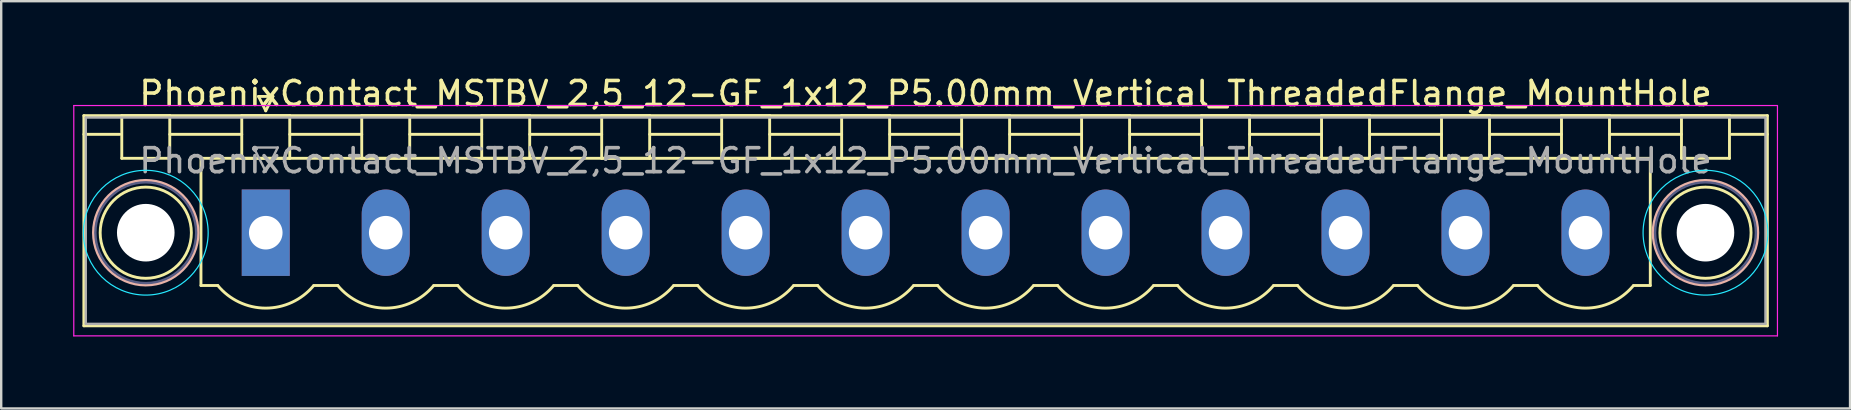
<source format=kicad_pcb>
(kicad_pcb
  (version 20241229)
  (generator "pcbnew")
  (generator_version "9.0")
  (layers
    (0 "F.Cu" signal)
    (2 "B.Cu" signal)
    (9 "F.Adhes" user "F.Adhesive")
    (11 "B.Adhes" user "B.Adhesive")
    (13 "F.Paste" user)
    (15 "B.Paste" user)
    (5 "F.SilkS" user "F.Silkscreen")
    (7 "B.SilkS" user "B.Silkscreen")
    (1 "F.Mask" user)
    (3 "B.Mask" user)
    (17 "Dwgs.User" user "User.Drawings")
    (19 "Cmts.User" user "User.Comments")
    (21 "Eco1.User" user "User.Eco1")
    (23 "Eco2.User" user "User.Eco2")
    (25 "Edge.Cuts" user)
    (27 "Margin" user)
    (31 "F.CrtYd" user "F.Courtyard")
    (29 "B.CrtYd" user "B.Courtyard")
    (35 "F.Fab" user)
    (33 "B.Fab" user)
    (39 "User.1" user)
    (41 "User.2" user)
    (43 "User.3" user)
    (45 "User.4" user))
  (footprint "PhoenixContact_MSTBV_2,5_12-GF_1x12_P5.00mm_Vertical_ThreadedFlange_MountHole"
    (layer "F.Cu")
    (at 8.025 6.648)
    (property "Reference" "PhoenixContact_MSTBV_2,5_12-GF_1x12_P5.00mm_Vertical_ThreadedFlange_MountHole" (at 27.5 -5.8 0) (layer "F.SilkS") (effects (font (size 1 1) (thickness 0.15))))
    (attr through_hole)
    (fp_line (start -7.58 -4.88) (end -7.58 3.88) (stroke (width 0.12) (type solid)) (layer "F.SilkS"))
    (fp_line (start -7.58 -4.1) (end -6.08 -4.1) (stroke (width 0.12) (type solid)) (layer "F.SilkS"))
    (fp_line (start -7.58 3.88) (end 62.58 3.88) (stroke (width 0.12) (type solid)) (layer "F.SilkS"))
    (fp_line (start -6 -4.88) (end -4 -4.88) (stroke (width 0.12) (type solid)) (layer "F.SilkS"))
    (fp_line (start -6 -3.1) (end -6 -4.88) (stroke (width 0.12) (type solid)) (layer "F.SilkS"))
    (fp_line (start -4 -4.88) (end -4 -3.1) (stroke (width 0.12) (type solid)) (layer "F.SilkS"))
    (fp_line (start -4 -4.1) (end -1 -4.1) (stroke (width 0.12) (type solid)) (layer "F.SilkS"))
    (fp_line (start -4 -3.1) (end -6 -3.1) (stroke (width 0.12) (type solid)) (layer "F.SilkS"))
    (fp_line (start -2.7 -3.1) (end 57.7 -3.1) (stroke (width 0.12) (type solid)) (layer "F.SilkS"))
    (fp_line (start -2.7 2.2) (end -2.7 -3.1) (stroke (width 0.12) (type solid)) (layer "F.SilkS"))
    (fp_line (start -2 2.2) (end -2.7 2.2) (stroke (width 0.12) (type solid)) (layer "F.SilkS"))
    (fp_line (start -1 -4.88) (end 1 -4.88) (stroke (width 0.12) (type solid)) (layer "F.SilkS"))
    (fp_line (start -1 -3.1) (end -1 -4.88) (stroke (width 0.12) (type solid)) (layer "F.SilkS"))
    (fp_line (start -0.3 -5.68) (end 0.3 -5.68) (stroke (width 0.12) (type solid)) (layer "F.SilkS"))
    (fp_line (start 0 -5.08) (end -0.3 -5.68) (stroke (width 0.12) (type solid)) (layer "F.SilkS"))
    (fp_line (start 0.3 -5.68) (end 0 -5.08) (stroke (width 0.12) (type solid)) (layer "F.SilkS"))
    (fp_line (start 1 -4.88) (end 1 -3.1) (stroke (width 0.12) (type solid)) (layer "F.SilkS"))
    (fp_line (start 1 -4.1) (end 4 -4.1) (stroke (width 0.12) (type solid)) (layer "F.SilkS"))
    (fp_line (start 1 -3.1) (end -1 -3.1) (stroke (width 0.12) (type solid)) (layer "F.SilkS"))
    (fp_line (start 2 2.2) (end 3 2.2) (stroke (width 0.12) (type solid)) (layer "F.SilkS"))
    (fp_line (start 4 -4.88) (end 6 -4.88) (stroke (width 0.12) (type solid)) (layer "F.SilkS"))
    (fp_line (start 4 -3.1) (end 4 -4.88) (stroke (width 0.12) (type solid)) (layer "F.SilkS"))
    (fp_line (start 6 -4.88) (end 6 -3.1) (stroke (width 0.12) (type solid)) (layer "F.SilkS"))
    (fp_line (start 6 -4.1) (end 9 -4.1) (stroke (width 0.12) (type solid)) (layer "F.SilkS"))
    (fp_line (start 6 -3.1) (end 4 -3.1) (stroke (width 0.12) (type solid)) (layer "F.SilkS"))
    (fp_line (start 7 2.2) (end 8 2.2) (stroke (width 0.12) (type solid)) (layer "F.SilkS"))
    (fp_line (start 9 -4.88) (end 11 -4.88) (stroke (width 0.12) (type solid)) (layer "F.SilkS"))
    (fp_line (start 9 -3.1) (end 9 -4.88) (stroke (width 0.12) (type solid)) (layer "F.SilkS"))
    (fp_line (start 11 -4.88) (end 11 -3.1) (stroke (width 0.12) (type solid)) (layer "F.SilkS"))
    (fp_line (start 11 -4.1) (end 14 -4.1) (stroke (width 0.12) (type solid)) (layer "F.SilkS"))
    (fp_line (start 11 -3.1) (end 9 -3.1) (stroke (width 0.12) (type solid)) (layer "F.SilkS"))
    (fp_line (start 12 2.2) (end 13 2.2) (stroke (width 0.12) (type solid)) (layer "F.SilkS"))
    (fp_line (start 14 -4.88) (end 16 -4.88) (stroke (width 0.12) (type solid)) (layer "F.SilkS"))
    (fp_line (start 14 -3.1) (end 14 -4.88) (stroke (width 0.12) (type solid)) (layer "F.SilkS"))
    (fp_line (start 16 -4.88) (end 16 -3.1) (stroke (width 0.12) (type solid)) (layer "F.SilkS"))
    (fp_line (start 16 -4.1) (end 19 -4.1) (stroke (width 0.12) (type solid)) (layer "F.SilkS"))
    (fp_line (start 16 -3.1) (end 14 -3.1) (stroke (width 0.12) (type solid)) (layer "F.SilkS"))
    (fp_line (start 17 2.2) (end 18 2.2) (stroke (width 0.12) (type solid)) (layer "F.SilkS"))
    (fp_line (start 19 -4.88) (end 21 -4.88) (stroke (width 0.12) (type solid)) (layer "F.SilkS"))
    (fp_line (start 19 -3.1) (end 19 -4.88) (stroke (width 0.12) (type solid)) (layer "F.SilkS"))
    (fp_line (start 21 -4.88) (end 21 -3.1) (stroke (width 0.12) (type solid)) (layer "F.SilkS"))
    (fp_line (start 21 -4.1) (end 24 -4.1) (stroke (width 0.12) (type solid)) (layer "F.SilkS"))
    (fp_line (start 21 -3.1) (end 19 -3.1) (stroke (width 0.12) (type solid)) (layer "F.SilkS"))
    (fp_line (start 22 2.2) (end 23 2.2) (stroke (width 0.12) (type solid)) (layer "F.SilkS"))
    (fp_line (start 24 -4.88) (end 26 -4.88) (stroke (width 0.12) (type solid)) (layer "F.SilkS"))
    (fp_line (start 24 -3.1) (end 24 -4.88) (stroke (width 0.12) (type solid)) (layer "F.SilkS"))
    (fp_line (start 26 -4.88) (end 26 -3.1) (stroke (width 0.12) (type solid)) (layer "F.SilkS"))
    (fp_line (start 26 -4.1) (end 29 -4.1) (stroke (width 0.12) (type solid)) (layer "F.SilkS"))
    (fp_line (start 26 -3.1) (end 24 -3.1) (stroke (width 0.12) (type solid)) (layer "F.SilkS"))
    (fp_line (start 27 2.2) (end 28 2.2) (stroke (width 0.12) (type solid)) (layer "F.SilkS"))
    (fp_line (start 29 -4.88) (end 31 -4.88) (stroke (width 0.12) (type solid)) (layer "F.SilkS"))
    (fp_line (start 29 -3.1) (end 29 -4.88) (stroke (width 0.12) (type solid)) (layer "F.SilkS"))
    (fp_line (start 31 -4.88) (end 31 -3.1) (stroke (width 0.12) (type solid)) (layer "F.SilkS"))
    (fp_line (start 31 -4.1) (end 34 -4.1) (stroke (width 0.12) (type solid)) (layer "F.SilkS"))
    (fp_line (start 31 -3.1) (end 29 -3.1) (stroke (width 0.12) (type solid)) (layer "F.SilkS"))
    (fp_line (start 32 2.2) (end 33 2.2) (stroke (width 0.12) (type solid)) (layer "F.SilkS"))
    (fp_line (start 34 -4.88) (end 36 -4.88) (stroke (width 0.12) (type solid)) (layer "F.SilkS"))
    (fp_line (start 34 -3.1) (end 34 -4.88) (stroke (width 0.12) (type solid)) (layer "F.SilkS"))
    (fp_line (start 36 -4.88) (end 36 -3.1) (stroke (width 0.12) (type solid)) (layer "F.SilkS"))
    (fp_line (start 36 -4.1) (end 39 -4.1) (stroke (width 0.12) (type solid)) (layer "F.SilkS"))
    (fp_line (start 36 -3.1) (end 34 -3.1) (stroke (width 0.12) (type solid)) (layer "F.SilkS"))
    (fp_line (start 37 2.2) (end 38 2.2) (stroke (width 0.12) (type solid)) (layer "F.SilkS"))
    (fp_line (start 39 -4.88) (end 41 -4.88) (stroke (width 0.12) (type solid)) (layer "F.SilkS"))
    (fp_line (start 39 -3.1) (end 39 -4.88) (stroke (width 0.12) (type solid)) (layer "F.SilkS"))
    (fp_line (start 41 -4.88) (end 41 -3.1) (stroke (width 0.12) (type solid)) (layer "F.SilkS"))
    (fp_line (start 41 -4.1) (end 44 -4.1) (stroke (width 0.12) (type solid)) (layer "F.SilkS"))
    (fp_line (start 41 -3.1) (end 39 -3.1) (stroke (width 0.12) (type solid)) (layer "F.SilkS"))
    (fp_line (start 42 2.2) (end 43 2.2) (stroke (width 0.12) (type solid)) (layer "F.SilkS"))
    (fp_line (start 44 -4.88) (end 46 -4.88) (stroke (width 0.12) (type solid)) (layer "F.SilkS"))
    (fp_line (start 44 -3.1) (end 44 -4.88) (stroke (width 0.12) (type solid)) (layer "F.SilkS"))
    (fp_line (start 46 -4.88) (end 46 -3.1) (stroke (width 0.12) (type solid)) (layer "F.SilkS"))
    (fp_line (start 46 -4.1) (end 49 -4.1) (stroke (width 0.12) (type solid)) (layer "F.SilkS"))
    (fp_line (start 46 -3.1) (end 44 -3.1) (stroke (width 0.12) (type solid)) (layer "F.SilkS"))
    (fp_line (start 47 2.2) (end 48 2.2) (stroke (width 0.12) (type solid)) (layer "F.SilkS"))
    (fp_line (start 49 -4.88) (end 51 -4.88) (stroke (width 0.12) (type solid)) (layer "F.SilkS"))
    (fp_line (start 49 -3.1) (end 49 -4.88) (stroke (width 0.12) (type solid)) (layer "F.SilkS"))
    (fp_line (start 51 -4.88) (end 51 -3.1) (stroke (width 0.12) (type solid)) (layer "F.SilkS"))
    (fp_line (start 51 -4.1) (end 54 -4.1) (stroke (width 0.12) (type solid)) (layer "F.SilkS"))
    (fp_line (start 51 -3.1) (end 49 -3.1) (stroke (width 0.12) (type solid)) (layer "F.SilkS"))
    (fp_line (start 52 2.2) (end 53 2.2) (stroke (width 0.12) (type solid)) (layer "F.SilkS"))
    (fp_line (start 54 -4.88) (end 56 -4.88) (stroke (width 0.12) (type solid)) (layer "F.SilkS"))
    (fp_line (start 54 -3.1) (end 54 -4.88) (stroke (width 0.12) (type solid)) (layer "F.SilkS"))
    (fp_line (start 56 -4.88) (end 56 -3.1) (stroke (width 0.12) (type solid)) (layer "F.SilkS"))
    (fp_line (start 56 -4.1) (end 59 -4.1) (stroke (width 0.12) (type solid)) (layer "F.SilkS"))
    (fp_line (start 56 -3.1) (end 54 -3.1) (stroke (width 0.12) (type solid)) (layer "F.SilkS"))
    (fp_line (start 57.7 -3.1) (end 57.7 2.2) (stroke (width 0.12) (type solid)) (layer "F.SilkS"))
    (fp_line (start 57.7 2.2) (end 57 2.2) (stroke (width 0.12) (type solid)) (layer "F.SilkS"))
    (fp_line (start 59 -4.88) (end 61 -4.88) (stroke (width 0.12) (type solid)) (layer "F.SilkS"))
    (fp_line (start 59 -3.1) (end 59 -4.88) (stroke (width 0.12) (type solid)) (layer "F.SilkS"))
    (fp_line (start 61 -4.88) (end 61 -3.1) (stroke (width 0.12) (type solid)) (layer "F.SilkS"))
    (fp_line (start 61 -3.1) (end 59 -3.1) (stroke (width 0.12) (type solid)) (layer "F.SilkS"))
    (fp_line (start 62.58 -4.88) (end -7.58 -4.88) (stroke (width 0.12) (type solid)) (layer "F.SilkS"))
    (fp_line (start 62.58 -4.1) (end 61.08 -4.1) (stroke (width 0.12) (type solid)) (layer "F.SilkS"))
    (fp_line (start 62.58 3.88) (end 62.58 -4.88) (stroke (width 0.12) (type solid)) (layer "F.SilkS"))
    (fp_arc (start 1.986842 2.215821) (mid -0.010289 3.142758) (end -2 2.2) (stroke (width 0.12) (type solid)) (layer "F.SilkS"))
    (fp_arc (start 6.986842 2.215821) (mid 4.989711 3.142758) (end 3 2.2) (stroke (width 0.12) (type solid)) (layer "F.SilkS"))
    (fp_arc (start 11.986842 2.215821) (mid 9.989711 3.142758) (end 8 2.2) (stroke (width 0.12) (type solid)) (layer "F.SilkS"))
    (fp_arc (start 16.986842 2.215821) (mid 14.989711 3.142758) (end 13 2.2) (stroke (width 0.12) (type solid)) (layer "F.SilkS"))
    (fp_arc (start 21.986842 2.215821) (mid 19.989711 3.142758) (end 18 2.2) (stroke (width 0.12) (type solid)) (layer "F.SilkS"))
    (fp_arc (start 26.986842 2.215821) (mid 24.989711 3.142758) (end 23 2.2) (stroke (width 0.12) (type solid)) (layer "F.SilkS"))
    (fp_arc (start 31.986842 2.215821) (mid 29.989711 3.142758) (end 28 2.2) (stroke (width 0.12) (type solid)) (layer "F.SilkS"))
    (fp_arc (start 36.986842 2.215821) (mid 34.989711 3.142758) (end 33 2.2) (stroke (width 0.12) (type solid)) (layer "F.SilkS"))
    (fp_arc (start 41.986842 2.215821) (mid 39.989711 3.142758) (end 38 2.2) (stroke (width 0.12) (type solid)) (layer "F.SilkS"))
    (fp_arc (start 46.986842 2.215821) (mid 44.989711 3.142758) (end 43 2.2) (stroke (width 0.12) (type solid)) (layer "F.SilkS"))
    (fp_arc (start 51.986842 2.215821) (mid 49.989711 3.142758) (end 48 2.2) (stroke (width 0.12) (type solid)) (layer "F.SilkS"))
    (fp_arc (start 56.986842 2.215821) (mid 54.989711 3.142758) (end 53 2.2) (stroke (width 0.12) (type solid)) (layer "F.SilkS"))
    (fp_circle (center -5 0) (end -3.1 0) (stroke (width 0.12) (type solid)) (fill no) (layer "F.SilkS"))
    (fp_circle (center 60 0) (end 61.9 0) (stroke (width 0.12) (type solid)) (fill no) (layer "F.SilkS"))
    (fp_circle (center -5 0) (end -2.82 0) (stroke (width 0.12) (type solid)) (fill no) (layer "B.SilkS"))
    (fp_circle (center 60 0) (end 62.18 0) (stroke (width 0.12) (type solid)) (fill no) (layer "B.SilkS"))
    (fp_circle (center -5 0) (end -2.4 0) (stroke (width 0.05) (type solid)) (fill no) (layer "B.CrtYd"))
    (fp_circle (center 60 0) (end 62.6 0) (stroke (width 0.05) (type solid)) (fill no) (layer "B.CrtYd"))
    (fp_line (start -8 -5.3) (end -8 4.3) (stroke (width 0.05) (type solid)) (layer "F.CrtYd"))
    (fp_line (start -8 4.3) (end 63 4.3) (stroke (width 0.05) (type solid)) (layer "F.CrtYd"))
    (fp_line (start 63 -5.3) (end -8 -5.3) (stroke (width 0.05) (type solid)) (layer "F.CrtYd"))
    (fp_line (start 63 4.3) (end 63 -5.3) (stroke (width 0.05) (type solid)) (layer "F.CrtYd"))
    (fp_circle (center -5 0) (end -2.9 0) (stroke (width 0.1) (type solid)) (fill no) (layer "B.Fab"))
    (fp_circle (center 60 0) (end 62.1 0) (stroke (width 0.1) (type solid)) (fill no) (layer "B.Fab"))
    (fp_line (start -7.5 -4.8) (end -7.5 3.8) (stroke (width 0.1) (type solid)) (layer "F.Fab"))
    (fp_line (start -7.5 3.8) (end 62.5 3.8) (stroke (width 0.1) (type solid)) (layer "F.Fab"))
    (fp_line (start -0.5 -3.55) (end 0.5 -3.55) (stroke (width 0.1) (type solid)) (layer "F.Fab"))
    (fp_line (start 0 -2.55) (end -0.5 -3.55) (stroke (width 0.1) (type solid)) (layer "F.Fab"))
    (fp_line (start 0.5 -3.55) (end 0 -2.55) (stroke (width 0.1) (type solid)) (layer "F.Fab"))
    (fp_line (start 62.5 -4.8) (end -7.5 -4.8) (stroke (width 0.1) (type solid)) (layer "F.Fab"))
    (fp_line (start 62.5 3.8) (end 62.5 -4.8) (stroke (width 0.1) (type solid)) (layer "F.Fab"))
    (fp_text user "${REFERENCE}" (at 27.5 -3 0) (layer "F.Fab") (effects (font (size 1 1) (thickness 0.15))))
    (pad "" np_thru_hole circle (at -5 0) (size 2.4 2.4) (drill 2.4) (layers "*.Cu" "*.Mask"))
    (pad "" np_thru_hole circle (at 60 0) (size 2.4 2.4) (drill 2.4) (layers "*.Cu" "*.Mask"))
    (pad "1" thru_hole rect (at 0 0) (size 2 3.6) (drill 1.4) (layers "*.Cu" "*.Mask"))
    (pad "2" thru_hole oval (at 5 0) (size 2 3.6) (drill 1.4) (layers "*.Cu" "*.Mask"))
    (pad "3" thru_hole oval (at 10 0) (size 2 3.6) (drill 1.4) (layers "*.Cu" "*.Mask"))
    (pad "4" thru_hole oval (at 15 0) (size 2 3.6) (drill 1.4) (layers "*.Cu" "*.Mask"))
    (pad "5" thru_hole oval (at 20 0) (size 2 3.6) (drill 1.4) (layers "*.Cu" "*.Mask"))
    (pad "6" thru_hole oval (at 25 0) (size 2 3.6) (drill 1.4) (layers "*.Cu" "*.Mask"))
    (pad "7" thru_hole oval (at 30 0) (size 2 3.6) (drill 1.4) (layers "*.Cu" "*.Mask"))
    (pad "8" thru_hole oval (at 35 0) (size 2 3.6) (drill 1.4) (layers "*.Cu" "*.Mask"))
    (pad "9" thru_hole oval (at 40 0) (size 2 3.6) (drill 1.4) (layers "*.Cu" "*.Mask"))
    (pad "10" thru_hole oval (at 45 0) (size 2 3.6) (drill 1.4) (layers "*.Cu" "*.Mask"))
    (pad "11" thru_hole oval (at 50 0) (size 2 3.6) (drill 1.4) (layers "*.Cu" "*.Mask"))
    (pad "12" thru_hole oval (at 55 0) (size 2 3.6) (drill 1.4) (layers "*.Cu" "*.Mask")))
  (gr_rect
    (start -3 -3)
    (end 74.05 13.973)
    (stroke (width 0.1) (type default))
    (fill no)
    (layer "Edge.Cuts")))
</source>
